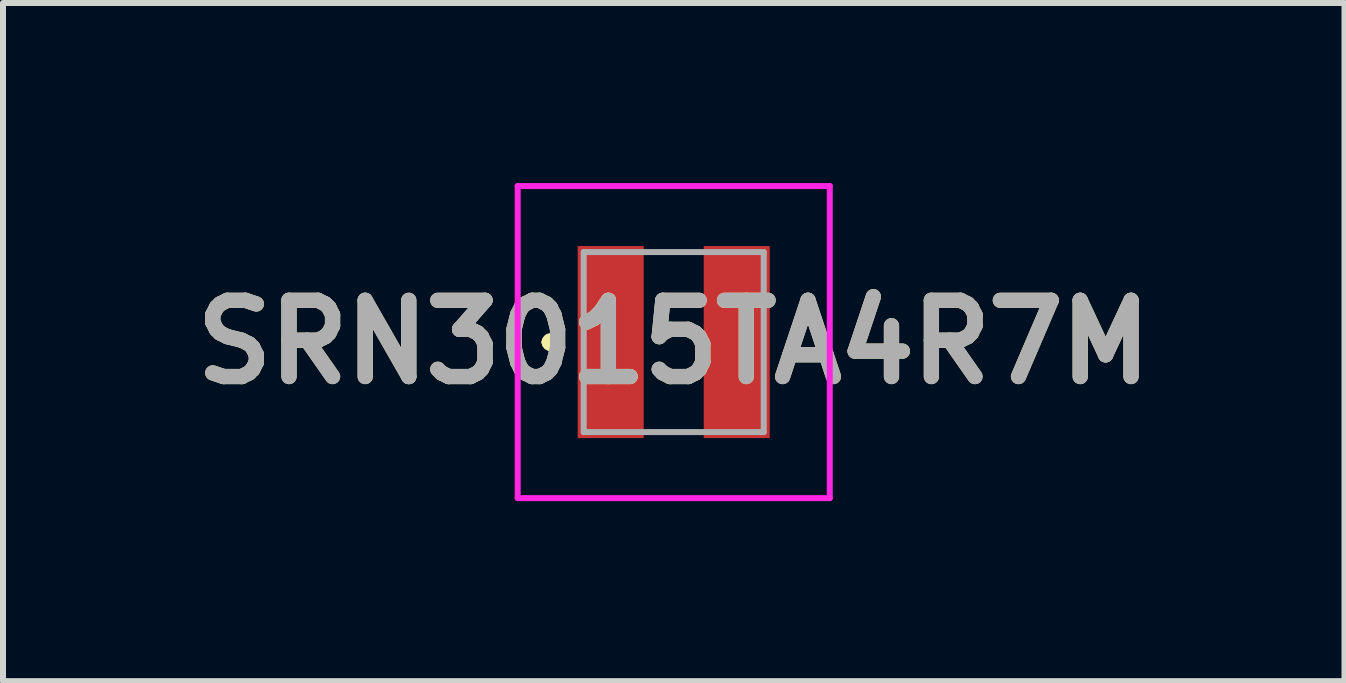
<source format=kicad_pcb>
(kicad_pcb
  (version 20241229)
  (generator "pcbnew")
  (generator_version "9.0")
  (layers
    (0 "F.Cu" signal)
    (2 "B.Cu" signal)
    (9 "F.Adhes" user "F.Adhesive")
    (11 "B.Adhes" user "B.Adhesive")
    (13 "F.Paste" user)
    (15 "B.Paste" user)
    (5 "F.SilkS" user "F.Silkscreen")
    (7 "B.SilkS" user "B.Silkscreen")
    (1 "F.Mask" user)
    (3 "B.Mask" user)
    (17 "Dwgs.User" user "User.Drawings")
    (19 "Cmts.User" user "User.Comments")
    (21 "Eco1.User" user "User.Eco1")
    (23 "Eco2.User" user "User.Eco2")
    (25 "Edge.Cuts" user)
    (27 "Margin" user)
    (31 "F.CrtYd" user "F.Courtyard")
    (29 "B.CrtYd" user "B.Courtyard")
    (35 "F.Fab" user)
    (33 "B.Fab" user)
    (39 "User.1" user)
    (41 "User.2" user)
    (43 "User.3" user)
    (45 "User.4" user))
  (footprint "SRN3015TA4R7M"
    (layer "F.Cu")
    (at 8.176 2.65)
    (property "Reference" "SRN3015TA4R7M" (at 0 0 0) (layer "F.SilkS") (effects (font (size 1.27 1.27) (thickness 0.254))))
    (attr smd)
    (fp_line (start -2.1 0) (end -2.1 0) (stroke (width 0.2) (type solid)) (layer "F.SilkS"))
    (fp_line (start -2.1 0) (end -2.1 0) (stroke (width 0.2) (type solid)) (layer "F.SilkS"))
    (fp_line (start -2 0) (end -2 0) (stroke (width 0.2) (type solid)) (layer "F.SilkS"))
    (fp_arc (start -2.1 0) (mid -2.05 -0.05) (end -2 0) (stroke (width 0.2) (type solid)) (layer "F.SilkS"))
    (fp_arc (start -2 0) (mid -2.05 0.05) (end -2.1 0) (stroke (width 0.2) (type solid)) (layer "F.SilkS"))
    (fp_arc (start -2 0) (mid -2.05 0.05) (end -2.1 0) (stroke (width 0.2) (type solid)) (layer "F.SilkS"))
    (fp_line (start -2.6 -2.6) (end 2.6 -2.6) (stroke (width 0.1) (type solid)) (layer "F.CrtYd"))
    (fp_line (start -2.6 2.6) (end -2.6 -2.6) (stroke (width 0.1) (type solid)) (layer "F.CrtYd"))
    (fp_line (start 2.6 -2.6) (end 2.6 2.6) (stroke (width 0.1) (type solid)) (layer "F.CrtYd"))
    (fp_line (start 2.6 2.6) (end -2.6 2.6) (stroke (width 0.1) (type solid)) (layer "F.CrtYd"))
    (fp_line (start -1.5 -1.5) (end -1.5 1.5) (stroke (width 0.1) (type solid)) (layer "F.Fab"))
    (fp_line (start -1.5 1.5) (end 1.5 1.5) (stroke (width 0.1) (type solid)) (layer "F.Fab"))
    (fp_line (start 1.5 -1.5) (end -1.5 -1.5) (stroke (width 0.1) (type solid)) (layer "F.Fab"))
    (fp_line (start 1.5 1.5) (end 1.5 -1.5) (stroke (width 0.1) (type solid)) (layer "F.Fab"))
    (fp_text user "${REFERENCE}" (at 0 0 0) (layer "F.Fab") (effects (font (size 1.27 1.27) (thickness 0.254))))
    (pad "1" smd rect (at -1.05 0) (size 1.1 3.2) (layers "F.Cu" "F.Mask" "F.Paste"))
    (pad "2" smd rect (at 1.05 0) (size 1.1 3.2) (layers "F.Cu" "F.Mask" "F.Paste")))
  (gr_rect
    (start -3 -3)
    (end 19.353 8.3)
    (stroke (width 0.1) (type default))
    (fill no)
    (layer "Edge.Cuts")))
</source>
